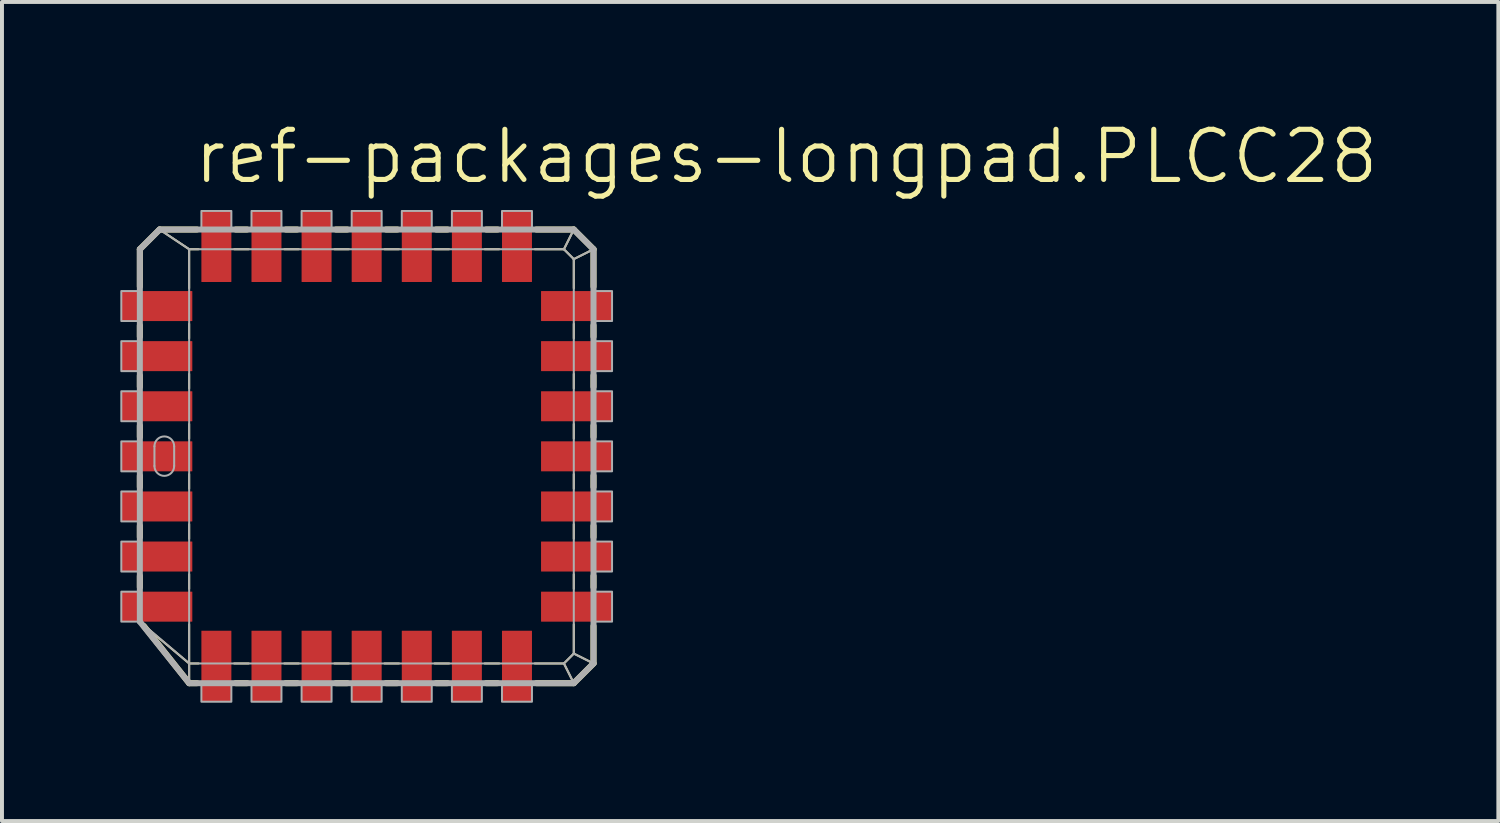
<source format=kicad_pcb>
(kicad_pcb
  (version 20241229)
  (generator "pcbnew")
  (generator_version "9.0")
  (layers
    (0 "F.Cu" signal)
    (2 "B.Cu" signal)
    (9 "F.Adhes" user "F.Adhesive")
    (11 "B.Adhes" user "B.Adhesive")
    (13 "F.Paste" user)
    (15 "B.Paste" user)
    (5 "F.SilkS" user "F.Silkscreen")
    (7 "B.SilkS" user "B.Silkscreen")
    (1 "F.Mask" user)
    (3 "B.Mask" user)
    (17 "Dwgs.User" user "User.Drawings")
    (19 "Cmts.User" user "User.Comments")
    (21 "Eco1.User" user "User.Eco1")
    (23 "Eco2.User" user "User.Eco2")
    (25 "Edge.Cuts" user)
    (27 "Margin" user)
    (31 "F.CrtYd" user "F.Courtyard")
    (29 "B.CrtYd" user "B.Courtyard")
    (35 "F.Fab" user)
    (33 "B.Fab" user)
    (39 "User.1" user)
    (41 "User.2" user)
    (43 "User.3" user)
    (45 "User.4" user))
  (footprint "ref-packages-longpad.PLCC28"
    (layer "F.Cu")
    (at 6.245 8.518)
    (property "Reference" "ref-packages-longpad.PLCC28" (at -4.445 -6.858 0) (layer "F.SilkS") (effects (font (size 1.27 1.27) (thickness 0.13)) (justify left bottom)))
    (attr smd)
    (fp_line (start -5.75 -5.25) (end -5.25 -5.75) (stroke (width 0.152) (type default)) (layer "F.SilkS"))
    (fp_line (start -5.75 -4.301) (end -5.75 -5.25) (stroke (width 0.152) (type default)) (layer "F.SilkS"))
    (fp_line (start -5.75 -3.031) (end -5.75 -3.319) (stroke (width 0.152) (type default)) (layer "F.SilkS"))
    (fp_line (start -5.75 -1.761) (end -5.75 -2.049) (stroke (width 0.152) (type default)) (layer "F.SilkS"))
    (fp_line (start -5.75 -0.491) (end -5.75 -0.779) (stroke (width 0.152) (type default)) (layer "F.SilkS"))
    (fp_line (start -5.75 0.779) (end -5.75 0.491) (stroke (width 0.152) (type default)) (layer "F.SilkS"))
    (fp_line (start -5.75 2.049) (end -5.75 1.761) (stroke (width 0.152) (type default)) (layer "F.SilkS"))
    (fp_line (start -5.75 3.319) (end -5.75 3.031) (stroke (width 0.152) (type default)) (layer "F.SilkS"))
    (fp_line (start -5.25 -5.75) (end -4.5 -5.25) (stroke (width 0.051) (type default)) (layer "F.SilkS"))
    (fp_line (start -5.25 -5.75) (end -4.301 -5.75) (stroke (width 0.152) (type default)) (layer "F.SilkS"))
    (fp_line (start -4.5 -5.25) (end -4.261 -5.25) (stroke (width 0.051) (type default)) (layer "F.SilkS"))
    (fp_line (start -4.5 -4.261) (end -4.5 -5.25) (stroke (width 0.051) (type default)) (layer "F.SilkS"))
    (fp_line (start -4.5 -2.991) (end -4.5 -3.359) (stroke (width 0.051) (type default)) (layer "F.SilkS"))
    (fp_line (start -4.5 -1.721) (end -4.5 -2.089) (stroke (width 0.051) (type default)) (layer "F.SilkS"))
    (fp_line (start -4.5 -0.451) (end -4.5 -0.819) (stroke (width 0.051) (type default)) (layer "F.SilkS"))
    (fp_line (start -4.5 0.819) (end -4.5 0.451) (stroke (width 0.051) (type default)) (layer "F.SilkS"))
    (fp_line (start -4.5 2.089) (end -4.5 1.721) (stroke (width 0.051) (type default)) (layer "F.SilkS"))
    (fp_line (start -4.5 3.359) (end -4.5 2.991) (stroke (width 0.051) (type default)) (layer "F.SilkS"))
    (fp_line (start -4.5 5.25) (end -5.679 4.261) (stroke (width 0.051) (type default)) (layer "F.SilkS"))
    (fp_line (start -4.5 5.25) (end -4.5 4.261) (stroke (width 0.051) (type default)) (layer "F.SilkS"))
    (fp_line (start -4.5 5.75) (end -5.649 4.301) (stroke (width 0.152) (type default)) (layer "F.SilkS"))
    (fp_line (start -4.5 5.75) (end -4.5 5.25) (stroke (width 0.051) (type default)) (layer "F.SilkS"))
    (fp_line (start -4.301 5.75) (end -4.5 5.75) (stroke (width 0.152) (type default)) (layer "F.SilkS"))
    (fp_line (start -4.261 5.25) (end -4.5 5.25) (stroke (width 0.051) (type default)) (layer "F.SilkS"))
    (fp_line (start -3.359 -5.25) (end -2.991 -5.25) (stroke (width 0.051) (type default)) (layer "F.SilkS"))
    (fp_line (start -3.319 -5.75) (end -3.031 -5.75) (stroke (width 0.152) (type default)) (layer "F.SilkS"))
    (fp_line (start -3.031 5.75) (end -3.319 5.75) (stroke (width 0.152) (type default)) (layer "F.SilkS"))
    (fp_line (start -2.991 5.25) (end -3.359 5.25) (stroke (width 0.051) (type default)) (layer "F.SilkS"))
    (fp_line (start -2.089 -5.25) (end -1.721 -5.25) (stroke (width 0.051) (type default)) (layer "F.SilkS"))
    (fp_line (start -2.049 -5.75) (end -1.761 -5.75) (stroke (width 0.152) (type default)) (layer "F.SilkS"))
    (fp_line (start -1.761 5.75) (end -2.049 5.75) (stroke (width 0.152) (type default)) (layer "F.SilkS"))
    (fp_line (start -1.721 5.25) (end -2.089 5.25) (stroke (width 0.051) (type default)) (layer "F.SilkS"))
    (fp_line (start -0.819 -5.25) (end -0.451 -5.25) (stroke (width 0.051) (type default)) (layer "F.SilkS"))
    (fp_line (start -0.779 -5.75) (end -0.491 -5.75) (stroke (width 0.152) (type default)) (layer "F.SilkS"))
    (fp_line (start -0.491 5.75) (end -0.779 5.75) (stroke (width 0.152) (type default)) (layer "F.SilkS"))
    (fp_line (start -0.451 5.25) (end -0.819 5.25) (stroke (width 0.051) (type default)) (layer "F.SilkS"))
    (fp_line (start 0.451 -5.25) (end 0.819 -5.25) (stroke (width 0.051) (type default)) (layer "F.SilkS"))
    (fp_line (start 0.491 -5.75) (end 0.779 -5.75) (stroke (width 0.152) (type default)) (layer "F.SilkS"))
    (fp_line (start 0.779 5.75) (end 0.491 5.75) (stroke (width 0.152) (type default)) (layer "F.SilkS"))
    (fp_line (start 0.819 5.25) (end 0.451 5.25) (stroke (width 0.051) (type default)) (layer "F.SilkS"))
    (fp_line (start 1.721 -5.25) (end 2.089 -5.25) (stroke (width 0.051) (type default)) (layer "F.SilkS"))
    (fp_line (start 1.761 -5.75) (end 2.049 -5.75) (stroke (width 0.152) (type default)) (layer "F.SilkS"))
    (fp_line (start 2.049 5.75) (end 1.761 5.75) (stroke (width 0.152) (type default)) (layer "F.SilkS"))
    (fp_line (start 2.089 5.25) (end 1.721 5.25) (stroke (width 0.051) (type default)) (layer "F.SilkS"))
    (fp_line (start 2.991 -5.25) (end 3.359 -5.25) (stroke (width 0.051) (type default)) (layer "F.SilkS"))
    (fp_line (start 3.031 -5.75) (end 3.319 -5.75) (stroke (width 0.152) (type default)) (layer "F.SilkS"))
    (fp_line (start 3.319 5.75) (end 3.031 5.75) (stroke (width 0.152) (type default)) (layer "F.SilkS"))
    (fp_line (start 3.359 5.25) (end 2.991 5.25) (stroke (width 0.051) (type default)) (layer "F.SilkS"))
    (fp_line (start 4.261 -5.25) (end 5 -5.25) (stroke (width 0.051) (type default)) (layer "F.SilkS"))
    (fp_line (start 4.301 -5.75) (end 5.25 -5.75) (stroke (width 0.152) (type default)) (layer "F.SilkS"))
    (fp_line (start 5 -5.25) (end 5.25 -5.75) (stroke (width 0.051) (type default)) (layer "F.SilkS"))
    (fp_line (start 5 -5.25) (end 5.25 -5) (stroke (width 0.051) (type default)) (layer "F.SilkS"))
    (fp_line (start 5 5.25) (end 4.261 5.25) (stroke (width 0.051) (type default)) (layer "F.SilkS"))
    (fp_line (start 5.25 -5.75) (end 5.75 -5.25) (stroke (width 0.152) (type default)) (layer "F.SilkS"))
    (fp_line (start 5.25 -5) (end 5.25 -4.261) (stroke (width 0.051) (type default)) (layer "F.SilkS"))
    (fp_line (start 5.25 -5) (end 5.75 -5.25) (stroke (width 0.051) (type default)) (layer "F.SilkS"))
    (fp_line (start 5.25 -3.359) (end 5.25 -2.991) (stroke (width 0.051) (type default)) (layer "F.SilkS"))
    (fp_line (start 5.25 -2.089) (end 5.25 -1.721) (stroke (width 0.051) (type default)) (layer "F.SilkS"))
    (fp_line (start 5.25 -0.819) (end 5.25 -0.451) (stroke (width 0.051) (type default)) (layer "F.SilkS"))
    (fp_line (start 5.25 0.451) (end 5.25 0.819) (stroke (width 0.051) (type default)) (layer "F.SilkS"))
    (fp_line (start 5.25 1.721) (end 5.25 2.089) (stroke (width 0.051) (type default)) (layer "F.SilkS"))
    (fp_line (start 5.25 2.991) (end 5.25 3.359) (stroke (width 0.051) (type default)) (layer "F.SilkS"))
    (fp_line (start 5.25 4.261) (end 5.25 5) (stroke (width 0.051) (type default)) (layer "F.SilkS"))
    (fp_line (start 5.25 5) (end 5 5.25) (stroke (width 0.051) (type default)) (layer "F.SilkS"))
    (fp_line (start 5.25 5.75) (end 4.301 5.75) (stroke (width 0.152) (type default)) (layer "F.SilkS"))
    (fp_line (start 5.25 5.75) (end 5 5.25) (stroke (width 0.051) (type default)) (layer "F.SilkS"))
    (fp_line (start 5.75 -5.25) (end 5.75 -4.301) (stroke (width 0.152) (type default)) (layer "F.SilkS"))
    (fp_line (start 5.75 -3.319) (end 5.75 -3.031) (stroke (width 0.152) (type default)) (layer "F.SilkS"))
    (fp_line (start 5.75 -2.049) (end 5.75 -1.761) (stroke (width 0.152) (type default)) (layer "F.SilkS"))
    (fp_line (start 5.75 -0.779) (end 5.75 -0.491) (stroke (width 0.152) (type default)) (layer "F.SilkS"))
    (fp_line (start 5.75 0.491) (end 5.75 0.779) (stroke (width 0.152) (type default)) (layer "F.SilkS"))
    (fp_line (start 5.75 1.761) (end 5.75 2.049) (stroke (width 0.152) (type default)) (layer "F.SilkS"))
    (fp_line (start 5.75 3.031) (end 5.75 3.319) (stroke (width 0.152) (type default)) (layer "F.SilkS"))
    (fp_line (start 5.75 4.301) (end 5.75 5.25) (stroke (width 0.152) (type default)) (layer "F.SilkS"))
    (fp_line (start 5.75 5.25) (end 5.25 5) (stroke (width 0.051) (type default)) (layer "F.SilkS"))
    (fp_line (start 5.75 5.25) (end 5.25 5.75) (stroke (width 0.152) (type default)) (layer "F.SilkS"))
    (fp_line (start -5.75 -5.25) (end -5.25 -5.75) (stroke (width 0.152) (type default)) (layer "F.Fab"))
    (fp_line (start -5.75 4.19) (end -5.75 -5.25) (stroke (width 0.152) (type default)) (layer "F.Fab"))
    (fp_line (start -5.38 -0.255) (end -5.38 0.245) (stroke (width 0.051) (type default)) (layer "F.Fab"))
    (fp_line (start -5.25 -5.75) (end -4.5 -5.25) (stroke (width 0.051) (type default)) (layer "F.Fab"))
    (fp_line (start -5.25 -5.75) (end 5.25 -5.75) (stroke (width 0.152) (type default)) (layer "F.Fab"))
    (fp_line (start -4.88 -0.255) (end -4.88 0.245) (stroke (width 0.051) (type default)) (layer "F.Fab"))
    (fp_line (start -4.5 -5.25) (end 5 -5.25) (stroke (width 0.051) (type default)) (layer "F.Fab"))
    (fp_line (start -4.5 5.25) (end -5.75 4.19) (stroke (width 0.051) (type default)) (layer "F.Fab"))
    (fp_line (start -4.5 5.25) (end -4.5 -5.25) (stroke (width 0.051) (type default)) (layer "F.Fab"))
    (fp_line (start -4.5 5.75) (end -5.75 4.19) (stroke (width 0.152) (type default)) (layer "F.Fab"))
    (fp_line (start -4.5 5.75) (end -4.5 5.25) (stroke (width 0.051) (type default)) (layer "F.Fab"))
    (fp_line (start 5 -5.25) (end 5.25 -5.75) (stroke (width 0.051) (type default)) (layer "F.Fab"))
    (fp_line (start 5 -5.25) (end 5.25 -5) (stroke (width 0.051) (type default)) (layer "F.Fab"))
    (fp_line (start 5 5.25) (end -4.5 5.25) (stroke (width 0.051) (type default)) (layer "F.Fab"))
    (fp_line (start 5.25 -5.75) (end 5.75 -5.25) (stroke (width 0.152) (type default)) (layer "F.Fab"))
    (fp_line (start 5.25 -5) (end 5.25 5) (stroke (width 0.051) (type default)) (layer "F.Fab"))
    (fp_line (start 5.25 -5) (end 5.75 -5.25) (stroke (width 0.051) (type default)) (layer "F.Fab"))
    (fp_line (start 5.25 5) (end 5 5.25) (stroke (width 0.051) (type default)) (layer "F.Fab"))
    (fp_line (start 5.25 5.75) (end -4.5 5.75) (stroke (width 0.152) (type default)) (layer "F.Fab"))
    (fp_line (start 5.25 5.75) (end 5 5.25) (stroke (width 0.051) (type default)) (layer "F.Fab"))
    (fp_line (start 5.75 -5.25) (end 5.75 5.25) (stroke (width 0.152) (type default)) (layer "F.Fab"))
    (fp_line (start 5.75 5.25) (end 5.25 5) (stroke (width 0.051) (type default)) (layer "F.Fab"))
    (fp_line (start 5.75 5.25) (end 5.25 5.75) (stroke (width 0.152) (type default)) (layer "F.Fab"))
    (fp_rect (start -6.22 -3.43) (end -5.75 -4.19) (stroke (width 0.05) (type default)) (fill no) (layer "F.Fab"))
    (fp_rect (start -6.22 -2.16) (end -5.75 -2.92) (stroke (width 0.05) (type default)) (fill no) (layer "F.Fab"))
    (fp_rect (start -6.22 -0.89) (end -5.75 -1.65) (stroke (width 0.05) (type default)) (fill no) (layer "F.Fab"))
    (fp_rect (start -6.22 0.38) (end -5.75 -0.38) (stroke (width 0.05) (type default)) (fill no) (layer "F.Fab"))
    (fp_rect (start -6.22 1.65) (end -5.75 0.89) (stroke (width 0.05) (type default)) (fill no) (layer "F.Fab"))
    (fp_rect (start -6.22 2.92) (end -5.75 2.16) (stroke (width 0.05) (type default)) (fill no) (layer "F.Fab"))
    (fp_rect (start -6.22 4.19) (end -5.75 3.43) (stroke (width 0.05) (type default)) (fill no) (layer "F.Fab"))
    (fp_rect (start -4.19 -5.75) (end -3.43 -6.22) (stroke (width 0.05) (type default)) (fill no) (layer "F.Fab"))
    (fp_rect (start -4.19 6.22) (end -3.43 5.75) (stroke (width 0.05) (type default)) (fill no) (layer "F.Fab"))
    (fp_rect (start -2.92 -5.75) (end -2.16 -6.22) (stroke (width 0.05) (type default)) (fill no) (layer "F.Fab"))
    (fp_rect (start -2.92 6.22) (end -2.16 5.75) (stroke (width 0.05) (type default)) (fill no) (layer "F.Fab"))
    (fp_rect (start -1.65 -5.75) (end -0.89 -6.22) (stroke (width 0.05) (type default)) (fill no) (layer "F.Fab"))
    (fp_rect (start -1.65 6.22) (end -0.89 5.75) (stroke (width 0.05) (type default)) (fill no) (layer "F.Fab"))
    (fp_rect (start -0.38 -5.75) (end 0.38 -6.22) (stroke (width 0.05) (type default)) (fill no) (layer "F.Fab"))
    (fp_rect (start -0.38 6.22) (end 0.38 5.75) (stroke (width 0.05) (type default)) (fill no) (layer "F.Fab"))
    (fp_rect (start 0.89 -5.75) (end 1.65 -6.22) (stroke (width 0.05) (type default)) (fill no) (layer "F.Fab"))
    (fp_rect (start 0.89 6.22) (end 1.65 5.75) (stroke (width 0.05) (type default)) (fill no) (layer "F.Fab"))
    (fp_rect (start 2.16 -5.75) (end 2.92 -6.22) (stroke (width 0.05) (type default)) (fill no) (layer "F.Fab"))
    (fp_rect (start 2.16 6.22) (end 2.92 5.75) (stroke (width 0.05) (type default)) (fill no) (layer "F.Fab"))
    (fp_rect (start 3.43 -5.75) (end 4.19 -6.22) (stroke (width 0.05) (type default)) (fill no) (layer "F.Fab"))
    (fp_rect (start 3.43 6.22) (end 4.19 5.75) (stroke (width 0.05) (type default)) (fill no) (layer "F.Fab"))
    (fp_rect (start 5.75 -3.43) (end 6.22 -4.19) (stroke (width 0.05) (type default)) (fill no) (layer "F.Fab"))
    (fp_rect (start 5.75 -2.16) (end 6.22 -2.92) (stroke (width 0.05) (type default)) (fill no) (layer "F.Fab"))
    (fp_rect (start 5.75 -0.89) (end 6.22 -1.65) (stroke (width 0.05) (type default)) (fill no) (layer "F.Fab"))
    (fp_rect (start 5.75 0.38) (end 6.22 -0.38) (stroke (width 0.05) (type default)) (fill no) (layer "F.Fab"))
    (fp_rect (start 5.75 1.65) (end 6.22 0.89) (stroke (width 0.05) (type default)) (fill no) (layer "F.Fab"))
    (fp_rect (start 5.75 2.92) (end 6.22 2.16) (stroke (width 0.05) (type default)) (fill no) (layer "F.Fab"))
    (fp_rect (start 5.75 4.19) (end 6.22 3.43) (stroke (width 0.05) (type default)) (fill no) (layer "F.Fab"))
    (fp_arc (start -5.38 -0.255) (mid -5.13 -0.505) (end -4.88 -0.255) (stroke (width 0.0508) (type default)) (layer "F.Fab"))
    (fp_arc (start -4.88 0.245) (mid -5.13 0.495) (end -5.38 0.245) (stroke (width 0.0508) (type default)) (layer "F.Fab"))
    (pad "1" smd roundrect (at -5.32 0) (size 1.8 0.76) (layers "F.Cu" "F.Mask" "F.Paste") (roundrect_rratio 0.01))
    (pad "2" smd roundrect (at -5.32 1.27) (size 1.8 0.76) (layers "F.Cu" "F.Mask" "F.Paste") (roundrect_rratio 0.01))
    (pad "3" smd roundrect (at -5.32 2.54) (size 1.8 0.76) (layers "F.Cu" "F.Mask" "F.Paste") (roundrect_rratio 0.01))
    (pad "4" smd roundrect (at -5.32 3.81) (size 1.8 0.76) (layers "F.Cu" "F.Mask" "F.Paste") (roundrect_rratio 0.01))
    (pad "5" smd roundrect (at -3.81 5.32) (size 0.76 1.8) (layers "F.Cu" "F.Mask" "F.Paste") (roundrect_rratio 0.01))
    (pad "6" smd roundrect (at -2.54 5.32) (size 0.76 1.8) (layers "F.Cu" "F.Mask" "F.Paste") (roundrect_rratio 0.01))
    (pad "7" smd roundrect (at -1.27 5.32) (size 0.76 1.8) (layers "F.Cu" "F.Mask" "F.Paste") (roundrect_rratio 0.01))
    (pad "8" smd roundrect (at 0 5.32) (size 0.76 1.8) (layers "F.Cu" "F.Mask" "F.Paste") (roundrect_rratio 0.01))
    (pad "9" smd roundrect (at 1.27 5.32) (size 0.76 1.8) (layers "F.Cu" "F.Mask" "F.Paste") (roundrect_rratio 0.01))
    (pad "10" smd roundrect (at 2.54 5.32) (size 0.76 1.8) (layers "F.Cu" "F.Mask" "F.Paste") (roundrect_rratio 0.01))
    (pad "11" smd roundrect (at 3.81 5.32) (size 0.76 1.8) (layers "F.Cu" "F.Mask" "F.Paste") (roundrect_rratio 0.01))
    (pad "12" smd roundrect (at 5.32 3.81) (size 1.8 0.76) (layers "F.Cu" "F.Mask" "F.Paste") (roundrect_rratio 0.01))
    (pad "13" smd roundrect (at 5.32 2.54) (size 1.8 0.76) (layers "F.Cu" "F.Mask" "F.Paste") (roundrect_rratio 0.01))
    (pad "14" smd roundrect (at 5.32 1.27) (size 1.8 0.76) (layers "F.Cu" "F.Mask" "F.Paste") (roundrect_rratio 0.01))
    (pad "15" smd roundrect (at 5.32 0) (size 1.8 0.76) (layers "F.Cu" "F.Mask" "F.Paste") (roundrect_rratio 0.01))
    (pad "16" smd roundrect (at 5.32 -1.27) (size 1.8 0.76) (layers "F.Cu" "F.Mask" "F.Paste") (roundrect_rratio 0.01))
    (pad "17" smd roundrect (at 5.32 -2.54) (size 1.8 0.76) (layers "F.Cu" "F.Mask" "F.Paste") (roundrect_rratio 0.01))
    (pad "18" smd roundrect (at 5.32 -3.81) (size 1.8 0.76) (layers "F.Cu" "F.Mask" "F.Paste") (roundrect_rratio 0.01))
    (pad "19" smd roundrect (at 3.81 -5.32) (size 0.76 1.8) (layers "F.Cu" "F.Mask" "F.Paste") (roundrect_rratio 0.01))
    (pad "20" smd roundrect (at 2.54 -5.32) (size 0.76 1.8) (layers "F.Cu" "F.Mask" "F.Paste") (roundrect_rratio 0.01))
    (pad "21" smd roundrect (at 1.27 -5.32) (size 0.76 1.8) (layers "F.Cu" "F.Mask" "F.Paste") (roundrect_rratio 0.01))
    (pad "22" smd roundrect (at 0 -5.32) (size 0.76 1.8) (layers "F.Cu" "F.Mask" "F.Paste") (roundrect_rratio 0.01))
    (pad "23" smd roundrect (at -1.27 -5.32) (size 0.76 1.8) (layers "F.Cu" "F.Mask" "F.Paste") (roundrect_rratio 0.01))
    (pad "24" smd roundrect (at -2.54 -5.32) (size 0.76 1.8) (layers "F.Cu" "F.Mask" "F.Paste") (roundrect_rratio 0.01))
    (pad "25" smd roundrect (at -3.81 -5.32) (size 0.76 1.8) (layers "F.Cu" "F.Mask" "F.Paste") (roundrect_rratio 0.01))
    (pad "26" smd roundrect (at -5.32 -3.81) (size 1.8 0.76) (layers "F.Cu" "F.Mask" "F.Paste") (roundrect_rratio 0.01))
    (pad "27" smd roundrect (at -5.32 -2.54) (size 1.8 0.76) (layers "F.Cu" "F.Mask" "F.Paste") (roundrect_rratio 0.01))
    (pad "28" smd roundrect (at -5.32 -1.27) (size 1.8 0.76) (layers "F.Cu" "F.Mask" "F.Paste") (roundrect_rratio 0.01)))
  (gr_rect
    (start -3 -3)
    (end 34.932 17.763)
    (stroke (width 0.1) (type default))
    (fill no)
    (layer "Edge.Cuts")))
</source>
